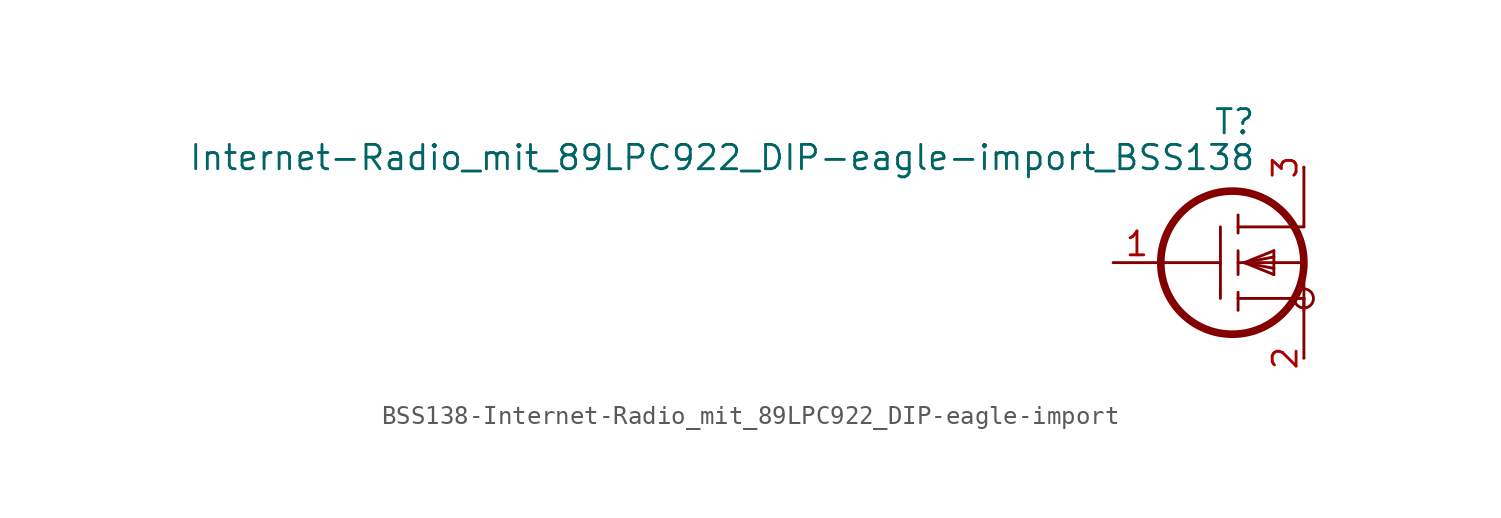
<source format=kicad_sym>
(kicad_symbol_lib
  (version 20220914)
  (generator kicad_symbol_editor)
  (symbol "BSS138-Internet-Radio_mit_89LPC922_DIP-eagle-import"
    (pin_names
      (offset 1.016))
    (property "Reference" "T"
      (at 2.54 8.255 0)
      (effects (font (size 1.295 1.295)) (justify right top)))
    (property "Value" "Internet-Radio_mit_89LPC922_DIP-eagle-import_BSS138"
      (at 2.54 6.35 0)
      (effects (font (size 1.295 1.295)) (justify right top)))
    (property "ki_locked" ""
      (at 0 0 0)
      (effects (font (size 1.27 1.27))))
    (symbol "BSS138-Internet-Radio_mit_89LPC922_DIP-eagle-import_1_0"
      (polyline (pts (xy 0.635 0) (xy -2.54 0)) (stroke (width 0) (type solid)) (fill (type none)))
      (polyline (pts (xy 0.635 0) (xy 0.635 -1.905)) (stroke (width 0) (type solid)) (fill (type none)))
      (polyline (pts (xy 0.635 1.905) (xy 0.635 0)) (stroke (width 0) (type solid)) (fill (type none)))
      (polyline (pts (xy 1.575 -1.575) (xy 1.575 -2.54)) (stroke (width 0) (type solid)) (fill (type none)))
      (polyline (pts (xy 1.575 0.635) (xy 1.575 -0.635)) (stroke (width 0) (type solid)) (fill (type none)))
      (polyline (pts (xy 1.575 2.54) (xy 1.575 1.575)) (stroke (width 0) (type solid)) (fill (type none)))
      (polyline (pts (xy 1.905 0) (xy 3.48 0.305)) (stroke (width 0) (type solid)) (fill (type none)))
      (polyline (pts (xy 1.905 0) (xy 3.48 0.635)) (stroke (width 0) (type solid)) (fill (type none)))
      (polyline (pts (xy 3.48 -0.635) (xy 1.905 0)) (stroke (width 0) (type solid)) (fill (type none)))
      (polyline (pts (xy 3.48 -0.635) (xy 3.48 -0.305)) (stroke (width 0) (type solid)) (fill (type none)))
      (polyline (pts (xy 3.48 -0.305) (xy 1.905 0)) (stroke (width 0) (type solid)) (fill (type none)))
      (polyline (pts (xy 3.48 -0.305) (xy 3.48 0.305)) (stroke (width 0) (type solid)) (fill (type none)))
      (polyline (pts (xy 3.48 0.305) (xy 3.48 0.635)) (stroke (width 0) (type solid)) (fill (type none)))
      (polyline (pts (xy 5.08 -5.08) (xy 5.08 -1.905)) (stroke (width 0) (type solid)) (fill (type none)))
      (polyline (pts (xy 5.08 -1.905) (xy 1.575 -1.905)) (stroke (width 0) (type solid)) (fill (type none)))
      (polyline (pts (xy 5.08 -1.905) (xy 5.08 -2.54)) (stroke (width 0) (type solid)) (fill (type none)))
      (polyline (pts (xy 5.08 0) (xy 1.575 0)) (stroke (width 0) (type solid)) (fill (type none)))
      (polyline (pts (xy 5.08 0) (xy 5.08 -1.905)) (stroke (width 0) (type solid)) (fill (type none)))
      (polyline (pts (xy 5.08 1.905) (xy 1.575 1.905)) (stroke (width 0) (type solid)) (fill (type none)))
      (polyline (pts (xy 5.08 5.08) (xy 5.08 1.905)) (stroke (width 0) (type solid)) (fill (type none)))
      (circle (center 1.27 0) (radius 3.81) (stroke (width 0.406) (type solid)) (fill (type none)))
      (circle (center 5.08 -1.905) (radius 0.508) (stroke (width 0) (type solid)) (fill (type none)))
      (pin bidirectional line (at -5.08 0 0) (length 2.54) (name "G" (effects (font (size 0 0)))) (number "1" (effects (font (size 1.27 1.27)))))
      (pin bidirectional line (at 5.08 -5.08 90) (length 0) (name "S" (effects (font (size 0 0)))) (number "2" (effects (font (size 1.27 1.27)))))
      (pin bidirectional line (at 5.08 5.08 270) (length 0) (name "D" (effects (font (size 0 0)))) (number "3" (effects (font (size 1.27 1.27))))))))
</source>
